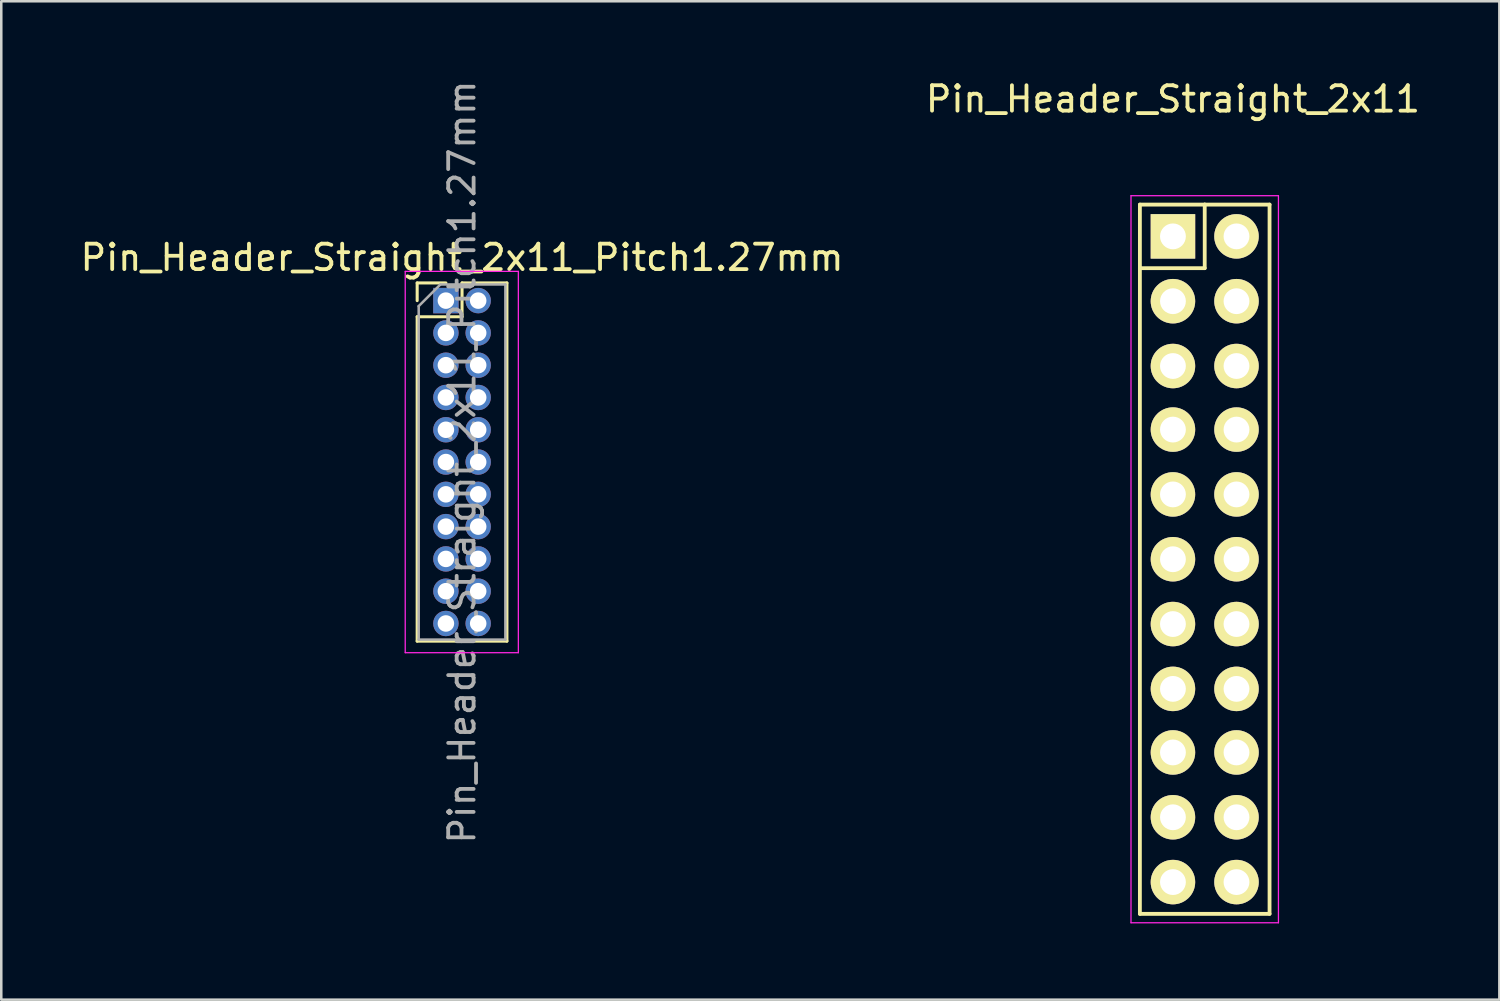
<source format=kicad_pcb>
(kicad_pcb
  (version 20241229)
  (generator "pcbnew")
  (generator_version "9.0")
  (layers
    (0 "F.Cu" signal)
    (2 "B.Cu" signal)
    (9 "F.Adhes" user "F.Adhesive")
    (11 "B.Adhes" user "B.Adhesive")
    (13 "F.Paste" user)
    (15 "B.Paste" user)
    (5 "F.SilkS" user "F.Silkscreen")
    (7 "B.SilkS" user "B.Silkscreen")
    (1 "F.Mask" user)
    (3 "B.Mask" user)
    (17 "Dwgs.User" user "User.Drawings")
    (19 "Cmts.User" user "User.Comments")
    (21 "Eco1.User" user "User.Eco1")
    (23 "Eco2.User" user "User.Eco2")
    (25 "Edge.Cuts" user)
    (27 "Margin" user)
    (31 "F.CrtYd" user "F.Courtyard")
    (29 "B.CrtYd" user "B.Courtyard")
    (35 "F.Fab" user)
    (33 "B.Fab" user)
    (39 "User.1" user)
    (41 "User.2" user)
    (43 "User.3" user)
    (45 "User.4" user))
  (footprint "Pin_Header_Straight_2x11"
    (layer "F.Cu")
    (at 43.089 6.248)
    (property "Reference" "Pin_Header_Straight_2x11" (at 0 -5.4 0) (layer "F.SilkS") (effects (font (size 1 1) (thickness 0.15))))
    (attr through_hole)
    (fp_line (start -1.3 -1.25) (end -1.3 1.25) (stroke (width 0.15) (type solid)) (layer "F.SilkS"))
    (fp_line (start -1.3 -1.25) (end 1.25 -1.25) (stroke (width 0.15) (type solid)) (layer "F.SilkS"))
    (fp_line (start -1.3 1.25) (end -1.3 26.65) (stroke (width 0.15) (type solid)) (layer "F.SilkS"))
    (fp_line (start 1.25 -1.25) (end 1.25 1.25) (stroke (width 0.15) (type solid)) (layer "F.SilkS"))
    (fp_line (start 1.25 1.25) (end -1.3 1.25) (stroke (width 0.15) (type solid)) (layer "F.SilkS"))
    (fp_line (start 3.8 -1.25) (end 1.25 -1.25) (stroke (width 0.15) (type solid)) (layer "F.SilkS"))
    (fp_line (start 3.8 26.65) (end -1.3 26.65) (stroke (width 0.15) (type solid)) (layer "F.SilkS"))
    (fp_line (start 3.8 26.65) (end 3.8 -1.25) (stroke (width 0.15) (type solid)) (layer "F.SilkS"))
    (fp_line (start -1.65 -1.6) (end -1.65 27) (stroke (width 0.05) (type solid)) (layer "F.CrtYd"))
    (fp_line (start -1.65 -1.6) (end 4.15 -1.6) (stroke (width 0.05) (type solid)) (layer "F.CrtYd"))
    (fp_line (start -1.65 27) (end 4.15 27) (stroke (width 0.05) (type solid)) (layer "F.CrtYd"))
    (fp_line (start 4.15 -1.6) (end 4.15 27) (stroke (width 0.05) (type solid)) (layer "F.CrtYd"))
    (pad "1" thru_hole rect (at 0 0) (size 1.75 1.75) (drill 1.016) (layers "*.Cu" "*.Mask" "F.SilkS"))
    (pad "2" thru_hole oval (at 2.5 0) (size 1.75 1.75) (drill 1.016) (layers "*.Cu" "*.Mask" "F.SilkS"))
    (pad "3" thru_hole oval (at 0 2.55) (size 1.75 1.75) (drill 1.016) (layers "*.Cu" "*.Mask" "F.SilkS"))
    (pad "4" thru_hole oval (at 2.5 2.55) (size 1.75 1.75) (drill 1.016) (layers "*.Cu" "*.Mask" "F.SilkS"))
    (pad "5" thru_hole oval (at 0 5.1) (size 1.75 1.75) (drill 1.016) (layers "*.Cu" "*.Mask" "F.SilkS"))
    (pad "6" thru_hole oval (at 2.5 5.1) (size 1.75 1.75) (drill 1.016) (layers "*.Cu" "*.Mask" "F.SilkS"))
    (pad "7" thru_hole oval (at 0 7.6) (size 1.75 1.75) (drill 1.016) (layers "*.Cu" "*.Mask" "F.SilkS"))
    (pad "8" thru_hole oval (at 2.5 7.6) (size 1.75 1.75) (drill 1.016) (layers "*.Cu" "*.Mask" "F.SilkS"))
    (pad "9" thru_hole oval (at 0 10.15) (size 1.75 1.75) (drill 1.016) (layers "*.Cu" "*.Mask" "F.SilkS"))
    (pad "10" thru_hole oval (at 2.5 10.15) (size 1.75 1.75) (drill 1.016) (layers "*.Cu" "*.Mask" "F.SilkS"))
    (pad "11" thru_hole oval (at 0 12.7) (size 1.75 1.75) (drill 1.016) (layers "*.Cu" "*.Mask" "F.SilkS"))
    (pad "12" thru_hole oval (at 2.5 12.7) (size 1.75 1.75) (drill 1.016) (layers "*.Cu" "*.Mask" "F.SilkS"))
    (pad "13" thru_hole oval (at 0 15.25) (size 1.75 1.75) (drill 1.016) (layers "*.Cu" "*.Mask" "F.SilkS"))
    (pad "14" thru_hole oval (at 2.5 15.25) (size 1.75 1.75) (drill 1.016) (layers "*.Cu" "*.Mask" "F.SilkS"))
    (pad "15" thru_hole oval (at 0 17.8) (size 1.75 1.75) (drill 1.016) (layers "*.Cu" "*.Mask" "F.SilkS"))
    (pad "16" thru_hole oval (at 2.5 17.8) (size 1.75 1.75) (drill 1.016) (layers "*.Cu" "*.Mask" "F.SilkS"))
    (pad "17" thru_hole oval (at 0 20.3) (size 1.75 1.75) (drill 1.016) (layers "*.Cu" "*.Mask" "F.SilkS"))
    (pad "18" thru_hole oval (at 2.5 20.3) (size 1.75 1.75) (drill 1.016) (layers "*.Cu" "*.Mask" "F.SilkS"))
    (pad "19" thru_hole oval (at 0 22.85) (size 1.75 1.75) (drill 1.016) (layers "*.Cu" "*.Mask" "F.SilkS"))
    (pad "20" thru_hole oval (at 2.5 22.85) (size 1.75 1.75) (drill 1.016) (layers "*.Cu" "*.Mask" "F.SilkS"))
    (pad "21" thru_hole oval (at 0 25.4) (size 1.75 1.75) (drill 1.016) (layers "*.Cu" "*.Mask" "F.SilkS"))
    (pad "22" thru_hole oval (at 2.5 25.4) (size 1.75 1.75) (drill 1.016) (layers "*.Cu" "*.Mask" "F.SilkS")))
  (footprint "Pin_Header_Straight_2x11_Pitch1.27mm"
    (layer "F.Cu")
    (at 14.49 8.775)
    (property "Reference" "Pin_Header_Straight_2x11_Pitch1.27mm" (at 0.635 -1.695 0) (layer "F.SilkS") (effects (font (size 1 1) (thickness 0.15))))
    (attr through_hole)
    (fp_line (start -1.13 -0.695) (end 0 -0.695) (stroke (width 0.12) (type solid)) (layer "F.SilkS"))
    (fp_line (start -1.13 0) (end -1.13 -0.695) (stroke (width 0.12) (type solid)) (layer "F.SilkS"))
    (fp_line (start -1.13 0.635) (end -1.13 13.395) (stroke (width 0.12) (type solid)) (layer "F.SilkS"))
    (fp_line (start -1.13 13.395) (end 2.4 13.395) (stroke (width 0.12) (type solid)) (layer "F.SilkS"))
    (fp_line (start 0.635 -0.695) (end 0.635 0.635) (stroke (width 0.12) (type solid)) (layer "F.SilkS"))
    (fp_line (start 0.635 0.635) (end -1.13 0.635) (stroke (width 0.12) (type solid)) (layer "F.SilkS"))
    (fp_line (start 2.4 -0.695) (end 0.635 -0.695) (stroke (width 0.12) (type solid)) (layer "F.SilkS"))
    (fp_line (start 2.4 13.395) (end 2.4 -0.695) (stroke (width 0.12) (type solid)) (layer "F.SilkS"))
    (fp_line (start -1.6 -1.15) (end -1.6 13.85) (stroke (width 0.05) (type solid)) (layer "F.CrtYd"))
    (fp_line (start -1.6 13.85) (end 2.85 13.85) (stroke (width 0.05) (type solid)) (layer "F.CrtYd"))
    (fp_line (start 2.85 -1.15) (end -1.6 -1.15) (stroke (width 0.05) (type solid)) (layer "F.CrtYd"))
    (fp_line (start 2.85 13.85) (end 2.85 -1.15) (stroke (width 0.05) (type solid)) (layer "F.CrtYd"))
    (fp_line (start -1.07 0.217) (end -0.217 -0.635) (stroke (width 0.1) (type solid)) (layer "F.Fab"))
    (fp_line (start -1.07 13.335) (end -1.07 0.217) (stroke (width 0.1) (type solid)) (layer "F.Fab"))
    (fp_line (start -0.217 -0.635) (end 2.34 -0.635) (stroke (width 0.1) (type solid)) (layer "F.Fab"))
    (fp_line (start 2.34 -0.635) (end 2.34 13.335) (stroke (width 0.1) (type solid)) (layer "F.Fab"))
    (fp_line (start 2.34 13.335) (end -1.07 13.335) (stroke (width 0.1) (type solid)) (layer "F.Fab"))
    (fp_text user "${REFERENCE}" (at 0.635 6.35 90) (layer "F.Fab") (effects (font (size 1 1) (thickness 0.15))))
    (pad "1" thru_hole rect (at 0 0) (size 1 1) (drill 0.65) (layers "*.Cu" "*.Mask"))
    (pad "2" thru_hole oval (at 1.27 0) (size 1 1) (drill 0.65) (layers "*.Cu" "*.Mask"))
    (pad "3" thru_hole oval (at 0 1.27) (size 1 1) (drill 0.65) (layers "*.Cu" "*.Mask"))
    (pad "4" thru_hole oval (at 1.27 1.27) (size 1 1) (drill 0.65) (layers "*.Cu" "*.Mask"))
    (pad "5" thru_hole oval (at 0 2.54) (size 1 1) (drill 0.65) (layers "*.Cu" "*.Mask"))
    (pad "6" thru_hole oval (at 1.27 2.54) (size 1 1) (drill 0.65) (layers "*.Cu" "*.Mask"))
    (pad "7" thru_hole oval (at 0 3.81) (size 1 1) (drill 0.65) (layers "*.Cu" "*.Mask"))
    (pad "8" thru_hole oval (at 1.27 3.81) (size 1 1) (drill 0.65) (layers "*.Cu" "*.Mask"))
    (pad "9" thru_hole oval (at 0 5.08) (size 1 1) (drill 0.65) (layers "*.Cu" "*.Mask"))
    (pad "10" thru_hole oval (at 1.27 5.08) (size 1 1) (drill 0.65) (layers "*.Cu" "*.Mask"))
    (pad "11" thru_hole oval (at 0 6.35) (size 1 1) (drill 0.65) (layers "*.Cu" "*.Mask"))
    (pad "12" thru_hole oval (at 1.27 6.35) (size 1 1) (drill 0.65) (layers "*.Cu" "*.Mask"))
    (pad "13" thru_hole oval (at 0 7.62) (size 1 1) (drill 0.65) (layers "*.Cu" "*.Mask"))
    (pad "14" thru_hole oval (at 1.27 7.62) (size 1 1) (drill 0.65) (layers "*.Cu" "*.Mask"))
    (pad "15" thru_hole oval (at 0 8.89) (size 1 1) (drill 0.65) (layers "*.Cu" "*.Mask"))
    (pad "16" thru_hole oval (at 1.27 8.89) (size 1 1) (drill 0.65) (layers "*.Cu" "*.Mask"))
    (pad "17" thru_hole oval (at 0 10.16) (size 1 1) (drill 0.65) (layers "*.Cu" "*.Mask"))
    (pad "18" thru_hole oval (at 1.27 10.16) (size 1 1) (drill 0.65) (layers "*.Cu" "*.Mask"))
    (pad "19" thru_hole oval (at 0 11.43) (size 1 1) (drill 0.65) (layers "*.Cu" "*.Mask"))
    (pad "20" thru_hole oval (at 1.27 11.43) (size 1 1) (drill 0.65) (layers "*.Cu" "*.Mask"))
    (pad "21" thru_hole oval (at 0 12.7) (size 1 1) (drill 0.65) (layers "*.Cu" "*.Mask"))
    (pad "22" thru_hole oval (at 1.27 12.7) (size 1 1) (drill 0.65) (layers "*.Cu" "*.Mask")))
  (gr_rect
    (start -3 -3)
    (end 55.929 36.273)
    (stroke (width 0.1) (type default))
    (fill no)
    (layer "Edge.Cuts")))
</source>
